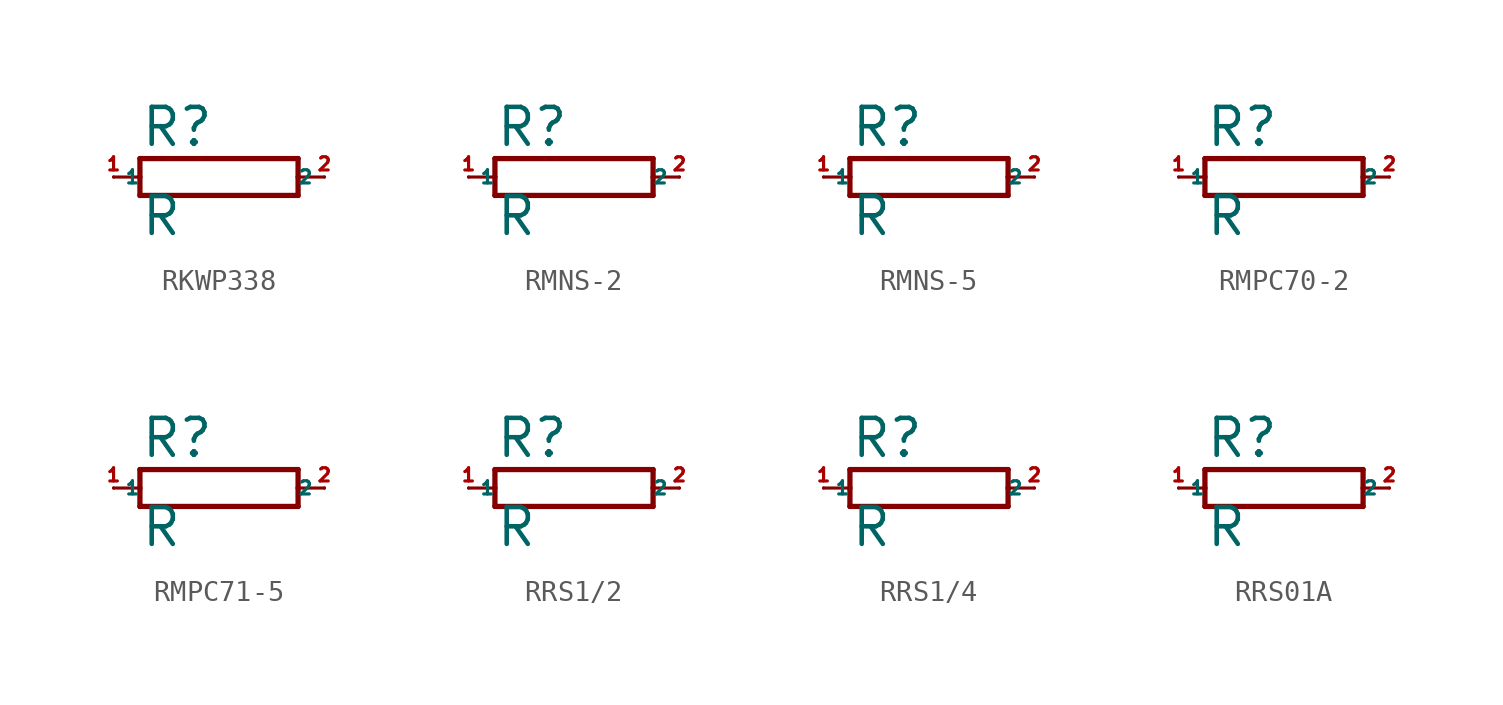
<source format=kicad_sym>
(kicad_symbol_lib
  (version 20220914)
  (generator Eagle2Kicad)
  (symbol "RKWP338"
    (property "Reference" "R"
      (at -3.81 1.372 0)
      (effects (font (size 1.778 1.778) (thickness 0.22)) (justify left bottom)))
    (property "Value" "R"
      (at -3.81 -2.921 0)
      (effects (font (size 1.778 1.778) (thickness 0.22)) (justify left bottom)))
    (polyline
      (pts (xy -3.81 -0.889) (xy 3.81 -0.889))
      (stroke (width 0.254) (type default))
      (fill (type none)))
    (polyline
      (pts (xy 3.81 -0.889) (xy 3.81 0))
      (stroke (width 0.254) (type default))
      (fill (type none)))
    (polyline
      (pts (xy 3.81 0.889) (xy -3.81 0.889))
      (stroke (width 0.254) (type default))
      (fill (type none)))
    (polyline
      (pts (xy -3.81 -0.889) (xy -3.81 0))
      (stroke (width 0.254) (type default))
      (fill (type none)))
    (polyline
      (pts (xy 3.81 0) (xy 5.08 0))
      (stroke (width 0.152) (type default))
      (fill (type none)))
    (polyline
      (pts (xy 3.81 0) (xy 3.81 0.889))
      (stroke (width 0.254) (type default))
      (fill (type none)))
    (polyline
      (pts (xy -5.08 0) (xy -3.81 0))
      (stroke (width 0.152) (type default))
      (fill (type none)))
    (polyline
      (pts (xy -3.81 0) (xy -3.81 0.889))
      (stroke (width 0.254) (type default))
      (fill (type none)))
    (pin passive line
      (at 5.08 0 180)
      (length 0)
      (name "2" (effects (font (size 0.635 0.635) (thickness 0.08)) (justify left bottom)))
      (number "2" (effects (font (size 0.635 0.635) (thickness 0.08)) (justify left bottom))))
    (pin passive line
      (at -5.08 0 0)
      (length 0)
      (name "1" (effects (font (size 0.635 0.635) (thickness 0.08)) (justify left bottom)))
      (number "1" (effects (font (size 0.635 0.635) (thickness 0.08)) (justify left bottom)))))
  (symbol "RMNS-2"
    (property "Reference" "R"
      (at -3.81 1.372 0)
      (effects (font (size 1.778 1.778) (thickness 0.22)) (justify left bottom)))
    (property "Value" "R"
      (at -3.81 -2.921 0)
      (effects (font (size 1.778 1.778) (thickness 0.22)) (justify left bottom)))
    (polyline
      (pts (xy -3.81 -0.889) (xy 3.81 -0.889))
      (stroke (width 0.254) (type default))
      (fill (type none)))
    (polyline
      (pts (xy 3.81 -0.889) (xy 3.81 0))
      (stroke (width 0.254) (type default))
      (fill (type none)))
    (polyline
      (pts (xy 3.81 0.889) (xy -3.81 0.889))
      (stroke (width 0.254) (type default))
      (fill (type none)))
    (polyline
      (pts (xy -3.81 -0.889) (xy -3.81 0))
      (stroke (width 0.254) (type default))
      (fill (type none)))
    (polyline
      (pts (xy 3.81 0) (xy 5.08 0))
      (stroke (width 0.152) (type default))
      (fill (type none)))
    (polyline
      (pts (xy 3.81 0) (xy 3.81 0.889))
      (stroke (width 0.254) (type default))
      (fill (type none)))
    (polyline
      (pts (xy -5.08 0) (xy -3.81 0))
      (stroke (width 0.152) (type default))
      (fill (type none)))
    (polyline
      (pts (xy -3.81 0) (xy -3.81 0.889))
      (stroke (width 0.254) (type default))
      (fill (type none)))
    (pin passive line
      (at 5.08 0 180)
      (length 0)
      (name "2" (effects (font (size 0.635 0.635) (thickness 0.08)) (justify left bottom)))
      (number "2" (effects (font (size 0.635 0.635) (thickness 0.08)) (justify left bottom))))
    (pin passive line
      (at -5.08 0 0)
      (length 0)
      (name "1" (effects (font (size 0.635 0.635) (thickness 0.08)) (justify left bottom)))
      (number "1" (effects (font (size 0.635 0.635) (thickness 0.08)) (justify left bottom)))))
  (symbol "RMNS-5"
    (property "Reference" "R"
      (at -3.81 1.372 0)
      (effects (font (size 1.778 1.778) (thickness 0.22)) (justify left bottom)))
    (property "Value" "R"
      (at -3.81 -2.921 0)
      (effects (font (size 1.778 1.778) (thickness 0.22)) (justify left bottom)))
    (polyline
      (pts (xy -3.81 -0.889) (xy 3.81 -0.889))
      (stroke (width 0.254) (type default))
      (fill (type none)))
    (polyline
      (pts (xy 3.81 -0.889) (xy 3.81 0))
      (stroke (width 0.254) (type default))
      (fill (type none)))
    (polyline
      (pts (xy 3.81 0.889) (xy -3.81 0.889))
      (stroke (width 0.254) (type default))
      (fill (type none)))
    (polyline
      (pts (xy -3.81 -0.889) (xy -3.81 0))
      (stroke (width 0.254) (type default))
      (fill (type none)))
    (polyline
      (pts (xy 3.81 0) (xy 5.08 0))
      (stroke (width 0.152) (type default))
      (fill (type none)))
    (polyline
      (pts (xy 3.81 0) (xy 3.81 0.889))
      (stroke (width 0.254) (type default))
      (fill (type none)))
    (polyline
      (pts (xy -5.08 0) (xy -3.81 0))
      (stroke (width 0.152) (type default))
      (fill (type none)))
    (polyline
      (pts (xy -3.81 0) (xy -3.81 0.889))
      (stroke (width 0.254) (type default))
      (fill (type none)))
    (pin passive line
      (at 5.08 0 180)
      (length 0)
      (name "2" (effects (font (size 0.635 0.635) (thickness 0.08)) (justify left bottom)))
      (number "2" (effects (font (size 0.635 0.635) (thickness 0.08)) (justify left bottom))))
    (pin passive line
      (at -5.08 0 0)
      (length 0)
      (name "1" (effects (font (size 0.635 0.635) (thickness 0.08)) (justify left bottom)))
      (number "1" (effects (font (size 0.635 0.635) (thickness 0.08)) (justify left bottom)))))
  (symbol "RMPC70-2"
    (property "Reference" "R"
      (at -3.81 1.372 0)
      (effects (font (size 1.778 1.778) (thickness 0.22)) (justify left bottom)))
    (property "Value" "R"
      (at -3.81 -2.921 0)
      (effects (font (size 1.778 1.778) (thickness 0.22)) (justify left bottom)))
    (polyline
      (pts (xy -3.81 -0.889) (xy 3.81 -0.889))
      (stroke (width 0.254) (type default))
      (fill (type none)))
    (polyline
      (pts (xy 3.81 -0.889) (xy 3.81 0))
      (stroke (width 0.254) (type default))
      (fill (type none)))
    (polyline
      (pts (xy 3.81 0.889) (xy -3.81 0.889))
      (stroke (width 0.254) (type default))
      (fill (type none)))
    (polyline
      (pts (xy -3.81 -0.889) (xy -3.81 0))
      (stroke (width 0.254) (type default))
      (fill (type none)))
    (polyline
      (pts (xy 3.81 0) (xy 5.08 0))
      (stroke (width 0.152) (type default))
      (fill (type none)))
    (polyline
      (pts (xy 3.81 0) (xy 3.81 0.889))
      (stroke (width 0.254) (type default))
      (fill (type none)))
    (polyline
      (pts (xy -5.08 0) (xy -3.81 0))
      (stroke (width 0.152) (type default))
      (fill (type none)))
    (polyline
      (pts (xy -3.81 0) (xy -3.81 0.889))
      (stroke (width 0.254) (type default))
      (fill (type none)))
    (pin passive line
      (at 5.08 0 180)
      (length 0)
      (name "2" (effects (font (size 0.635 0.635) (thickness 0.08)) (justify left bottom)))
      (number "2" (effects (font (size 0.635 0.635) (thickness 0.08)) (justify left bottom))))
    (pin passive line
      (at -5.08 0 0)
      (length 0)
      (name "1" (effects (font (size 0.635 0.635) (thickness 0.08)) (justify left bottom)))
      (number "1" (effects (font (size 0.635 0.635) (thickness 0.08)) (justify left bottom)))))
  (symbol "RMPC71-5"
    (property "Reference" "R"
      (at -3.81 1.372 0)
      (effects (font (size 1.778 1.778) (thickness 0.22)) (justify left bottom)))
    (property "Value" "R"
      (at -3.81 -2.921 0)
      (effects (font (size 1.778 1.778) (thickness 0.22)) (justify left bottom)))
    (polyline
      (pts (xy -3.81 -0.889) (xy 3.81 -0.889))
      (stroke (width 0.254) (type default))
      (fill (type none)))
    (polyline
      (pts (xy 3.81 -0.889) (xy 3.81 0))
      (stroke (width 0.254) (type default))
      (fill (type none)))
    (polyline
      (pts (xy 3.81 0.889) (xy -3.81 0.889))
      (stroke (width 0.254) (type default))
      (fill (type none)))
    (polyline
      (pts (xy -3.81 -0.889) (xy -3.81 0))
      (stroke (width 0.254) (type default))
      (fill (type none)))
    (polyline
      (pts (xy 3.81 0) (xy 5.08 0))
      (stroke (width 0.152) (type default))
      (fill (type none)))
    (polyline
      (pts (xy 3.81 0) (xy 3.81 0.889))
      (stroke (width 0.254) (type default))
      (fill (type none)))
    (polyline
      (pts (xy -5.08 0) (xy -3.81 0))
      (stroke (width 0.152) (type default))
      (fill (type none)))
    (polyline
      (pts (xy -3.81 0) (xy -3.81 0.889))
      (stroke (width 0.254) (type default))
      (fill (type none)))
    (pin passive line
      (at 5.08 0 180)
      (length 0)
      (name "2" (effects (font (size 0.635 0.635) (thickness 0.08)) (justify left bottom)))
      (number "2" (effects (font (size 0.635 0.635) (thickness 0.08)) (justify left bottom))))
    (pin passive line
      (at -5.08 0 0)
      (length 0)
      (name "1" (effects (font (size 0.635 0.635) (thickness 0.08)) (justify left bottom)))
      (number "1" (effects (font (size 0.635 0.635) (thickness 0.08)) (justify left bottom)))))
  (symbol "RRS1/2"
    (property "Reference" "R"
      (at -3.81 1.372 0)
      (effects (font (size 1.778 1.778) (thickness 0.22)) (justify left bottom)))
    (property "Value" "R"
      (at -3.81 -2.921 0)
      (effects (font (size 1.778 1.778) (thickness 0.22)) (justify left bottom)))
    (polyline
      (pts (xy -3.81 -0.889) (xy 3.81 -0.889))
      (stroke (width 0.254) (type default))
      (fill (type none)))
    (polyline
      (pts (xy 3.81 -0.889) (xy 3.81 0))
      (stroke (width 0.254) (type default))
      (fill (type none)))
    (polyline
      (pts (xy 3.81 0.889) (xy -3.81 0.889))
      (stroke (width 0.254) (type default))
      (fill (type none)))
    (polyline
      (pts (xy -3.81 -0.889) (xy -3.81 0))
      (stroke (width 0.254) (type default))
      (fill (type none)))
    (polyline
      (pts (xy 3.81 0) (xy 5.08 0))
      (stroke (width 0.152) (type default))
      (fill (type none)))
    (polyline
      (pts (xy 3.81 0) (xy 3.81 0.889))
      (stroke (width 0.254) (type default))
      (fill (type none)))
    (polyline
      (pts (xy -5.08 0) (xy -3.81 0))
      (stroke (width 0.152) (type default))
      (fill (type none)))
    (polyline
      (pts (xy -3.81 0) (xy -3.81 0.889))
      (stroke (width 0.254) (type default))
      (fill (type none)))
    (pin passive line
      (at 5.08 0 180)
      (length 0)
      (name "2" (effects (font (size 0.635 0.635) (thickness 0.08)) (justify left bottom)))
      (number "2" (effects (font (size 0.635 0.635) (thickness 0.08)) (justify left bottom))))
    (pin passive line
      (at -5.08 0 0)
      (length 0)
      (name "1" (effects (font (size 0.635 0.635) (thickness 0.08)) (justify left bottom)))
      (number "1" (effects (font (size 0.635 0.635) (thickness 0.08)) (justify left bottom)))))
  (symbol "RRS1/4"
    (property "Reference" "R"
      (at -3.81 1.372 0)
      (effects (font (size 1.778 1.778) (thickness 0.22)) (justify left bottom)))
    (property "Value" "R"
      (at -3.81 -2.921 0)
      (effects (font (size 1.778 1.778) (thickness 0.22)) (justify left bottom)))
    (polyline
      (pts (xy -3.81 -0.889) (xy 3.81 -0.889))
      (stroke (width 0.254) (type default))
      (fill (type none)))
    (polyline
      (pts (xy 3.81 -0.889) (xy 3.81 0))
      (stroke (width 0.254) (type default))
      (fill (type none)))
    (polyline
      (pts (xy 3.81 0.889) (xy -3.81 0.889))
      (stroke (width 0.254) (type default))
      (fill (type none)))
    (polyline
      (pts (xy -3.81 -0.889) (xy -3.81 0))
      (stroke (width 0.254) (type default))
      (fill (type none)))
    (polyline
      (pts (xy 3.81 0) (xy 5.08 0))
      (stroke (width 0.152) (type default))
      (fill (type none)))
    (polyline
      (pts (xy 3.81 0) (xy 3.81 0.889))
      (stroke (width 0.254) (type default))
      (fill (type none)))
    (polyline
      (pts (xy -5.08 0) (xy -3.81 0))
      (stroke (width 0.152) (type default))
      (fill (type none)))
    (polyline
      (pts (xy -3.81 0) (xy -3.81 0.889))
      (stroke (width 0.254) (type default))
      (fill (type none)))
    (pin passive line
      (at 5.08 0 180)
      (length 0)
      (name "2" (effects (font (size 0.635 0.635) (thickness 0.08)) (justify left bottom)))
      (number "2" (effects (font (size 0.635 0.635) (thickness 0.08)) (justify left bottom))))
    (pin passive line
      (at -5.08 0 0)
      (length 0)
      (name "1" (effects (font (size 0.635 0.635) (thickness 0.08)) (justify left bottom)))
      (number "1" (effects (font (size 0.635 0.635) (thickness 0.08)) (justify left bottom)))))
  (symbol "RRS01A"
    (property "Reference" "R"
      (at -3.81 1.372 0)
      (effects (font (size 1.778 1.778) (thickness 0.22)) (justify left bottom)))
    (property "Value" "R"
      (at -3.81 -2.921 0)
      (effects (font (size 1.778 1.778) (thickness 0.22)) (justify left bottom)))
    (polyline
      (pts (xy -3.81 -0.889) (xy 3.81 -0.889))
      (stroke (width 0.254) (type default))
      (fill (type none)))
    (polyline
      (pts (xy 3.81 -0.889) (xy 3.81 0))
      (stroke (width 0.254) (type default))
      (fill (type none)))
    (polyline
      (pts (xy 3.81 0.889) (xy -3.81 0.889))
      (stroke (width 0.254) (type default))
      (fill (type none)))
    (polyline
      (pts (xy -3.81 -0.889) (xy -3.81 0))
      (stroke (width 0.254) (type default))
      (fill (type none)))
    (polyline
      (pts (xy 3.81 0) (xy 5.08 0))
      (stroke (width 0.152) (type default))
      (fill (type none)))
    (polyline
      (pts (xy 3.81 0) (xy 3.81 0.889))
      (stroke (width 0.254) (type default))
      (fill (type none)))
    (polyline
      (pts (xy -5.08 0) (xy -3.81 0))
      (stroke (width 0.152) (type default))
      (fill (type none)))
    (polyline
      (pts (xy -3.81 0) (xy -3.81 0.889))
      (stroke (width 0.254) (type default))
      (fill (type none)))
    (pin passive line
      (at 5.08 0 180)
      (length 0)
      (name "2" (effects (font (size 0.635 0.635) (thickness 0.08)) (justify left bottom)))
      (number "2" (effects (font (size 0.635 0.635) (thickness 0.08)) (justify left bottom))))
    (pin passive line
      (at -5.08 0 0)
      (length 0)
      (name "1" (effects (font (size 0.635 0.635) (thickness 0.08)) (justify left bottom)))
      (number "1" (effects (font (size 0.635 0.635) (thickness 0.08)) (justify left bottom))))))
</source>
